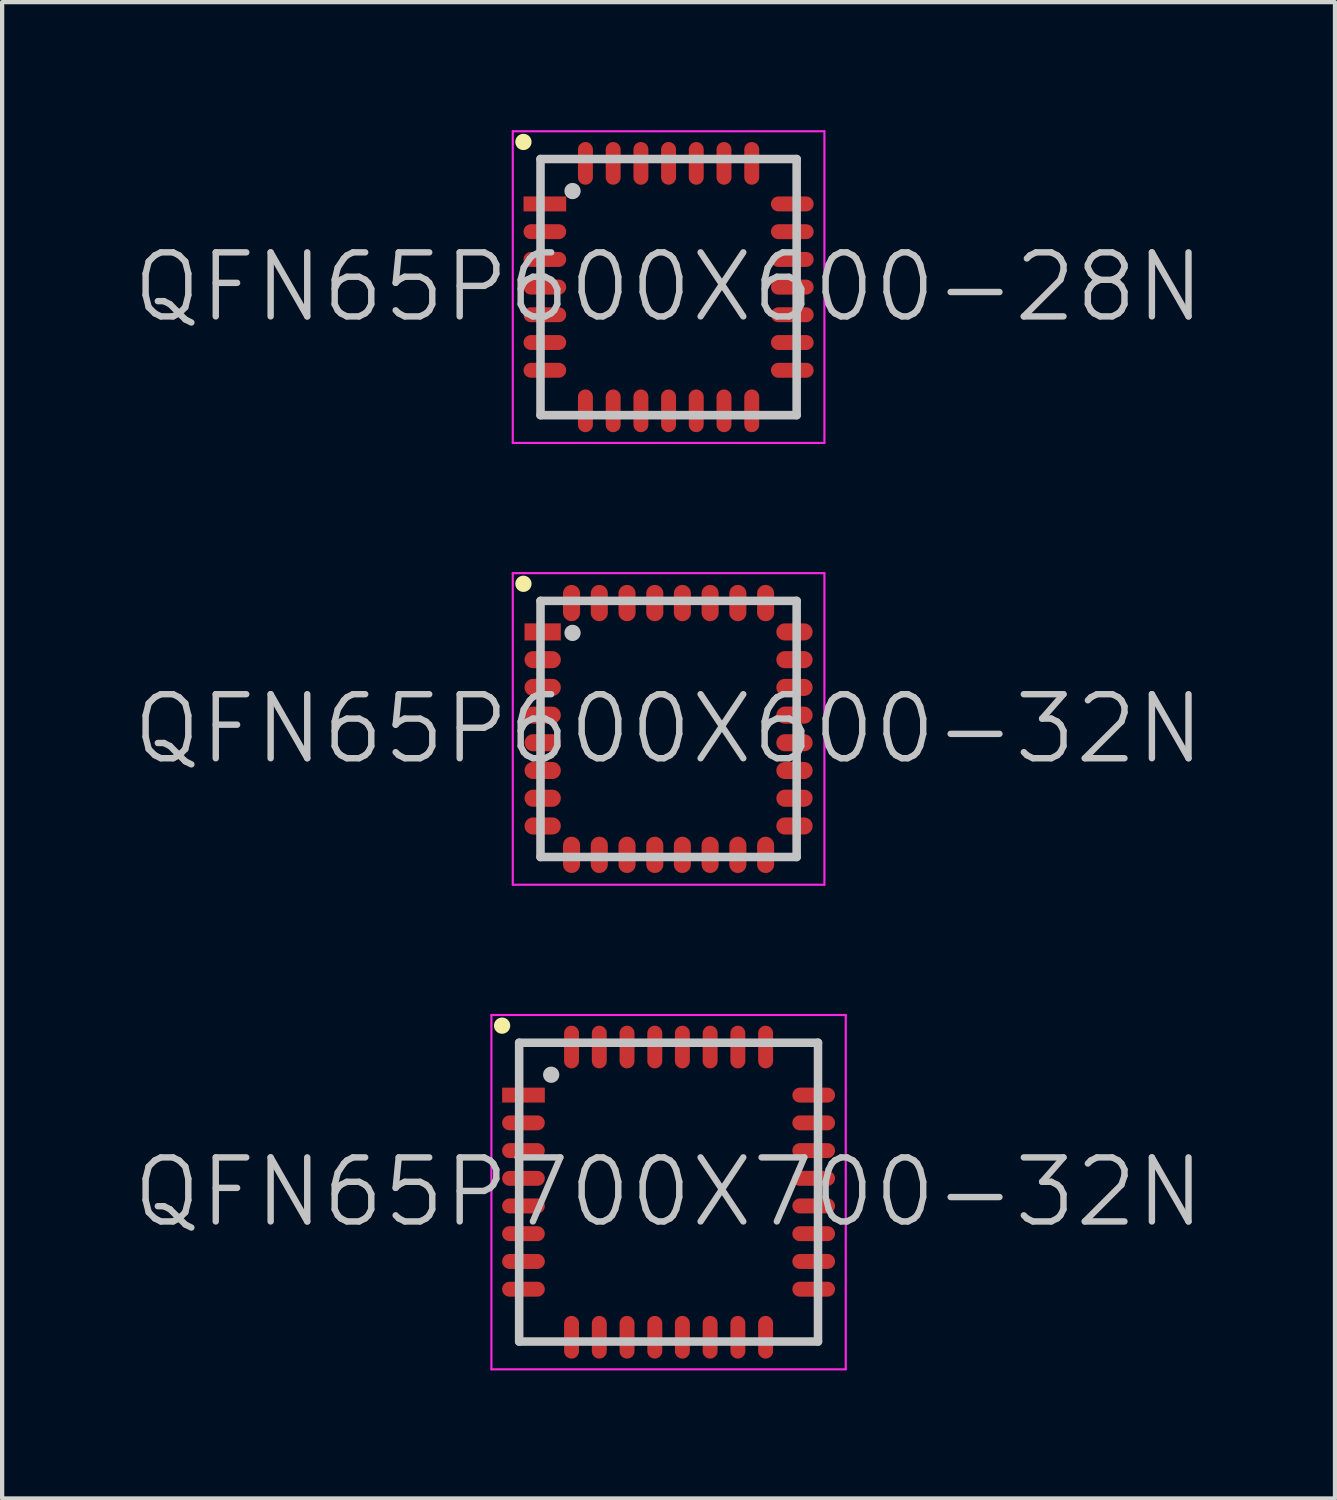
<source format=kicad_pcb>
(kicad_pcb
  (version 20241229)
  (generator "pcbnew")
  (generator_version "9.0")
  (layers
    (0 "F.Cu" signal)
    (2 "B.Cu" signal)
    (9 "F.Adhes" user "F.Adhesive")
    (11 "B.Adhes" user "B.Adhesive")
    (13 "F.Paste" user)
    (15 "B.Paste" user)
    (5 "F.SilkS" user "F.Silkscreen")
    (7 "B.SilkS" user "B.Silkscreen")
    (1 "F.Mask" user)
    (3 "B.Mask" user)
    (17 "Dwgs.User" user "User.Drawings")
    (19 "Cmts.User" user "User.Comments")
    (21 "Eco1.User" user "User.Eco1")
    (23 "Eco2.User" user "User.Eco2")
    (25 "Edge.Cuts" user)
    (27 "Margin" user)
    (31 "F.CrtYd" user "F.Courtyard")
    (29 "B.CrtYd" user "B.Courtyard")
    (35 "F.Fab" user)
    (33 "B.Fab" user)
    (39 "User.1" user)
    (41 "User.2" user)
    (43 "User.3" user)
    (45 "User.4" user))
  (footprint "QFN65P600X600-32N"
    (layer "F.Cu")
    (at 12.611 14.025)
    (property "Reference" "QFN65P600X600-32N" (at 0 0 0) (layer "Dwgs.User") (effects (font (size 1.5 1.5) (thickness 0.15))))
    (attr smd)
    (fp_line (start -3.4 -3.4) (end -3.4 -3.4) (stroke (width 0.381) (type solid)) (layer "F.SilkS"))
    (fp_line (start -3 -3) (end -3 3) (stroke (width 0.2) (type solid)) (layer "Dwgs.User"))
    (fp_line (start -3 -3) (end 3 -3) (stroke (width 0.2) (type solid)) (layer "Dwgs.User"))
    (fp_line (start -3 3) (end 3 3) (stroke (width 0.2) (type solid)) (layer "Dwgs.User"))
    (fp_line (start -2.25 -2.25) (end -2.25 -2.25) (stroke (width 0.381) (type solid)) (layer "Dwgs.User"))
    (fp_line (start 3 -3) (end 3 3) (stroke (width 0.2) (type solid)) (layer "Dwgs.User"))
    (fp_line (start -3.65 -3.65) (end -3.65 3.65) (stroke (width 0.05) (type solid)) (layer "F.CrtYd"))
    (fp_line (start -3.65 -3.65) (end 3.65 -3.65) (stroke (width 0.05) (type solid)) (layer "F.CrtYd"))
    (fp_line (start -3.65 3.65) (end 3.65 3.65) (stroke (width 0.05) (type solid)) (layer "F.CrtYd"))
    (fp_line (start 3.65 -3.65) (end 3.65 3.65) (stroke (width 0.05) (type solid)) (layer "F.CrtYd"))
    (pad "1" smd rect (at -2.949 -2.273 90) (size 0.4 0.85) (layers "F.Cu" "F.Mask" "F.Paste"))
    (pad "2" smd oval (at -2.949 -1.623 90) (size 0.4 0.85) (layers "F.Cu" "F.Mask" "F.Paste"))
    (pad "3" smd oval (at -2.949 -0.973 90) (size 0.4 0.85) (layers "F.Cu" "F.Mask" "F.Paste"))
    (pad "4" smd oval (at -2.949 -0.323 90) (size 0.4 0.85) (layers "F.Cu" "F.Mask" "F.Paste"))
    (pad "5" smd oval (at -2.949 0.323 90) (size 0.4 0.85) (layers "F.Cu" "F.Mask" "F.Paste"))
    (pad "6" smd oval (at -2.949 0.973 90) (size 0.4 0.85) (layers "F.Cu" "F.Mask" "F.Paste"))
    (pad "7" smd oval (at -2.949 1.623 90) (size 0.4 0.85) (layers "F.Cu" "F.Mask" "F.Paste"))
    (pad "8" smd oval (at -2.949 2.273 90) (size 0.4 0.85) (layers "F.Cu" "F.Mask" "F.Paste"))
    (pad "9" smd oval (at -2.273 2.949 180) (size 0.4 0.85) (layers "F.Cu" "F.Mask" "F.Paste"))
    (pad "10" smd oval (at -1.623 2.949 180) (size 0.4 0.85) (layers "F.Cu" "F.Mask" "F.Paste"))
    (pad "11" smd oval (at -0.973 2.949 180) (size 0.4 0.85) (layers "F.Cu" "F.Mask" "F.Paste"))
    (pad "12" smd oval (at -0.323 2.949 180) (size 0.4 0.85) (layers "F.Cu" "F.Mask" "F.Paste"))
    (pad "13" smd oval (at 0.323 2.949 180) (size 0.4 0.85) (layers "F.Cu" "F.Mask" "F.Paste"))
    (pad "14" smd oval (at 0.973 2.949 180) (size 0.4 0.85) (layers "F.Cu" "F.Mask" "F.Paste"))
    (pad "15" smd oval (at 1.623 2.949 180) (size 0.4 0.85) (layers "F.Cu" "F.Mask" "F.Paste"))
    (pad "16" smd oval (at 2.273 2.949 180) (size 0.4 0.85) (layers "F.Cu" "F.Mask" "F.Paste"))
    (pad "17" smd oval (at 2.949 2.273 270) (size 0.4 0.85) (layers "F.Cu" "F.Mask" "F.Paste"))
    (pad "18" smd oval (at 2.949 1.623 270) (size 0.4 0.85) (layers "F.Cu" "F.Mask" "F.Paste"))
    (pad "19" smd oval (at 2.949 0.973 270) (size 0.4 0.85) (layers "F.Cu" "F.Mask" "F.Paste"))
    (pad "20" smd oval (at 2.949 0.323 270) (size 0.4 0.85) (layers "F.Cu" "F.Mask" "F.Paste"))
    (pad "21" smd oval (at 2.949 -0.323 270) (size 0.4 0.85) (layers "F.Cu" "F.Mask" "F.Paste"))
    (pad "22" smd oval (at 2.949 -0.973 270) (size 0.4 0.85) (layers "F.Cu" "F.Mask" "F.Paste"))
    (pad "23" smd oval (at 2.949 -1.623 270) (size 0.4 0.85) (layers "F.Cu" "F.Mask" "F.Paste"))
    (pad "24" smd oval (at 2.949 -2.273 270) (size 0.4 0.85) (layers "F.Cu" "F.Mask" "F.Paste"))
    (pad "25" smd oval (at 2.273 -2.949) (size 0.4 0.85) (layers "F.Cu" "F.Mask" "F.Paste"))
    (pad "26" smd oval (at 1.623 -2.949) (size 0.4 0.85) (layers "F.Cu" "F.Mask" "F.Paste"))
    (pad "27" smd oval (at 0.973 -2.949) (size 0.4 0.85) (layers "F.Cu" "F.Mask" "F.Paste"))
    (pad "28" smd oval (at 0.323 -2.949) (size 0.4 0.85) (layers "F.Cu" "F.Mask" "F.Paste"))
    (pad "29" smd oval (at -0.323 -2.949) (size 0.4 0.85) (layers "F.Cu" "F.Mask" "F.Paste"))
    (pad "30" smd oval (at -0.973 -2.949) (size 0.4 0.85) (layers "F.Cu" "F.Mask" "F.Paste"))
    (pad "31" smd oval (at -1.623 -2.949) (size 0.4 0.85) (layers "F.Cu" "F.Mask" "F.Paste"))
    (pad "32" smd oval (at -2.273 -2.949) (size 0.4 0.85) (layers "F.Cu" "F.Mask" "F.Paste")))
  (footprint "QFN65P600X600-28N"
    (layer "F.Cu")
    (at 12.611 3.675)
    (property "Reference" "QFN65P600X600-28N" (at 0 0 0) (layer "Dwgs.User") (effects (font (size 1.5 1.5) (thickness 0.15))))
    (attr smd)
    (fp_line (start -3.4 -3.4) (end -3.4 -3.4) (stroke (width 0.381) (type solid)) (layer "F.SilkS"))
    (fp_line (start -3 -3) (end -3 3) (stroke (width 0.2) (type solid)) (layer "Dwgs.User"))
    (fp_line (start -3 -3) (end 3 -3) (stroke (width 0.2) (type solid)) (layer "Dwgs.User"))
    (fp_line (start -3 3) (end 3 3) (stroke (width 0.2) (type solid)) (layer "Dwgs.User"))
    (fp_line (start -2.25 -2.25) (end -2.25 -2.25) (stroke (width 0.381) (type solid)) (layer "Dwgs.User"))
    (fp_line (start 3 -3) (end 3 3) (stroke (width 0.2) (type solid)) (layer "Dwgs.User"))
    (fp_line (start -3.65 -3.65) (end -3.65 3.65) (stroke (width 0.05) (type solid)) (layer "F.CrtYd"))
    (fp_line (start -3.65 -3.65) (end 3.65 -3.65) (stroke (width 0.05) (type solid)) (layer "F.CrtYd"))
    (fp_line (start -3.65 3.65) (end 3.65 3.65) (stroke (width 0.05) (type solid)) (layer "F.CrtYd"))
    (fp_line (start 3.65 -3.65) (end 3.65 3.65) (stroke (width 0.05) (type solid)) (layer "F.CrtYd"))
    (pad "1" smd rect (at -2.898 -1.948 90) (size 0.35 1) (layers "F.Cu" "F.Mask" "F.Paste"))
    (pad "2" smd oval (at -2.898 -1.298 90) (size 0.35 1) (layers "F.Cu" "F.Mask" "F.Paste"))
    (pad "3" smd oval (at -2.898 -0.648 90) (size 0.35 1) (layers "F.Cu" "F.Mask" "F.Paste"))
    (pad "4" smd oval (at -2.898 0 90) (size 0.35 1) (layers "F.Cu" "F.Mask" "F.Paste"))
    (pad "5" smd oval (at -2.898 0.648 90) (size 0.35 1) (layers "F.Cu" "F.Mask" "F.Paste"))
    (pad "6" smd oval (at -2.898 1.298 90) (size 0.35 1) (layers "F.Cu" "F.Mask" "F.Paste"))
    (pad "7" smd oval (at -2.898 1.948 90) (size 0.35 1) (layers "F.Cu" "F.Mask" "F.Paste"))
    (pad "8" smd oval (at -1.948 2.898 180) (size 0.35 1) (layers "F.Cu" "F.Mask" "F.Paste"))
    (pad "9" smd oval (at -1.298 2.898 180) (size 0.35 1) (layers "F.Cu" "F.Mask" "F.Paste"))
    (pad "10" smd oval (at -0.648 2.898 180) (size 0.35 1) (layers "F.Cu" "F.Mask" "F.Paste"))
    (pad "11" smd oval (at 0 2.898 180) (size 0.35 1) (layers "F.Cu" "F.Mask" "F.Paste"))
    (pad "12" smd oval (at 0.648 2.898 180) (size 0.35 1) (layers "F.Cu" "F.Mask" "F.Paste"))
    (pad "13" smd oval (at 1.298 2.898 180) (size 0.35 1) (layers "F.Cu" "F.Mask" "F.Paste"))
    (pad "14" smd oval (at 1.948 2.898 180) (size 0.35 1) (layers "F.Cu" "F.Mask" "F.Paste"))
    (pad "15" smd oval (at 2.898 1.948 270) (size 0.35 1) (layers "F.Cu" "F.Mask" "F.Paste"))
    (pad "16" smd oval (at 2.898 1.298 270) (size 0.35 1) (layers "F.Cu" "F.Mask" "F.Paste"))
    (pad "17" smd oval (at 2.898 0.648 270) (size 0.35 1) (layers "F.Cu" "F.Mask" "F.Paste"))
    (pad "18" smd oval (at 2.898 0 270) (size 0.35 1) (layers "F.Cu" "F.Mask" "F.Paste"))
    (pad "19" smd oval (at 2.898 -0.648 270) (size 0.35 1) (layers "F.Cu" "F.Mask" "F.Paste"))
    (pad "20" smd oval (at 2.898 -1.298 270) (size 0.35 1) (layers "F.Cu" "F.Mask" "F.Paste"))
    (pad "21" smd oval (at 2.898 -1.948 270) (size 0.35 1) (layers "F.Cu" "F.Mask" "F.Paste"))
    (pad "22" smd oval (at 1.948 -2.898) (size 0.35 1) (layers "F.Cu" "F.Mask" "F.Paste"))
    (pad "23" smd oval (at 1.298 -2.898) (size 0.35 1) (layers "F.Cu" "F.Mask" "F.Paste"))
    (pad "24" smd oval (at 0.648 -2.898) (size 0.35 1) (layers "F.Cu" "F.Mask" "F.Paste"))
    (pad "25" smd oval (at 0 -2.898) (size 0.35 1) (layers "F.Cu" "F.Mask" "F.Paste"))
    (pad "26" smd oval (at -0.648 -2.898) (size 0.35 1) (layers "F.Cu" "F.Mask" "F.Paste"))
    (pad "27" smd oval (at -1.298 -2.898) (size 0.35 1) (layers "F.Cu" "F.Mask" "F.Paste"))
    (pad "28" smd oval (at -1.948 -2.898) (size 0.35 1) (layers "F.Cu" "F.Mask" "F.Paste")))
  (footprint "QFN65P700X700-32N"
    (layer "F.Cu")
    (at 12.611 24.875)
    (property "Reference" "QFN65P700X700-32N" (at 0 0 0) (layer "Dwgs.User") (effects (font (size 1.5 1.5) (thickness 0.15))))
    (attr smd)
    (fp_line (start -3.9 -3.9) (end -3.9 -3.9) (stroke (width 0.381) (type solid)) (layer "F.SilkS"))
    (fp_line (start -3.5 -3.5) (end -3.5 3.5) (stroke (width 0.2) (type solid)) (layer "Dwgs.User"))
    (fp_line (start -3.5 -3.5) (end 3.5 -3.5) (stroke (width 0.2) (type solid)) (layer "Dwgs.User"))
    (fp_line (start -3.5 3.5) (end 3.5 3.5) (stroke (width 0.2) (type solid)) (layer "Dwgs.User"))
    (fp_line (start -2.75 -2.75) (end -2.75 -2.75) (stroke (width 0.381) (type solid)) (layer "Dwgs.User"))
    (fp_line (start 3.5 -3.5) (end 3.5 3.5) (stroke (width 0.2) (type solid)) (layer "Dwgs.User"))
    (fp_line (start -4.15 -4.15) (end -4.15 4.15) (stroke (width 0.05) (type solid)) (layer "F.CrtYd"))
    (fp_line (start -4.15 -4.15) (end 4.15 -4.15) (stroke (width 0.05) (type solid)) (layer "F.CrtYd"))
    (fp_line (start -4.15 4.15) (end 4.15 4.15) (stroke (width 0.05) (type solid)) (layer "F.CrtYd"))
    (fp_line (start 4.15 -4.15) (end 4.15 4.15) (stroke (width 0.05) (type solid)) (layer "F.CrtYd"))
    (pad "1" smd rect (at -3.399 -2.273 90) (size 0.35 1) (layers "F.Cu" "F.Mask" "F.Paste"))
    (pad "2" smd oval (at -3.399 -1.623 90) (size 0.35 1) (layers "F.Cu" "F.Mask" "F.Paste"))
    (pad "3" smd oval (at -3.399 -0.973 90) (size 0.35 1) (layers "F.Cu" "F.Mask" "F.Paste"))
    (pad "4" smd oval (at -3.399 -0.323 90) (size 0.35 1) (layers "F.Cu" "F.Mask" "F.Paste"))
    (pad "5" smd oval (at -3.399 0.323 90) (size 0.35 1) (layers "F.Cu" "F.Mask" "F.Paste"))
    (pad "6" smd oval (at -3.399 0.973 90) (size 0.35 1) (layers "F.Cu" "F.Mask" "F.Paste"))
    (pad "7" smd oval (at -3.399 1.623 90) (size 0.35 1) (layers "F.Cu" "F.Mask" "F.Paste"))
    (pad "8" smd oval (at -3.399 2.273 90) (size 0.35 1) (layers "F.Cu" "F.Mask" "F.Paste"))
    (pad "9" smd oval (at -2.273 3.399 180) (size 0.35 1) (layers "F.Cu" "F.Mask" "F.Paste"))
    (pad "10" smd oval (at -1.623 3.399 180) (size 0.35 1) (layers "F.Cu" "F.Mask" "F.Paste"))
    (pad "11" smd oval (at -0.973 3.399 180) (size 0.35 1) (layers "F.Cu" "F.Mask" "F.Paste"))
    (pad "12" smd oval (at -0.323 3.399 180) (size 0.35 1) (layers "F.Cu" "F.Mask" "F.Paste"))
    (pad "13" smd oval (at 0.323 3.399 180) (size 0.35 1) (layers "F.Cu" "F.Mask" "F.Paste"))
    (pad "14" smd oval (at 0.973 3.399 180) (size 0.35 1) (layers "F.Cu" "F.Mask" "F.Paste"))
    (pad "15" smd oval (at 1.623 3.399 180) (size 0.35 1) (layers "F.Cu" "F.Mask" "F.Paste"))
    (pad "16" smd oval (at 2.273 3.399 180) (size 0.35 1) (layers "F.Cu" "F.Mask" "F.Paste"))
    (pad "17" smd oval (at 3.399 2.273 270) (size 0.35 1) (layers "F.Cu" "F.Mask" "F.Paste"))
    (pad "18" smd oval (at 3.399 1.623 270) (size 0.35 1) (layers "F.Cu" "F.Mask" "F.Paste"))
    (pad "19" smd oval (at 3.399 0.973 270) (size 0.35 1) (layers "F.Cu" "F.Mask" "F.Paste"))
    (pad "20" smd oval (at 3.399 0.323 270) (size 0.35 1) (layers "F.Cu" "F.Mask" "F.Paste"))
    (pad "21" smd oval (at 3.399 -0.323 270) (size 0.35 1) (layers "F.Cu" "F.Mask" "F.Paste"))
    (pad "22" smd oval (at 3.399 -0.973 270) (size 0.35 1) (layers "F.Cu" "F.Mask" "F.Paste"))
    (pad "23" smd oval (at 3.399 -1.623 270) (size 0.35 1) (layers "F.Cu" "F.Mask" "F.Paste"))
    (pad "24" smd oval (at 3.399 -2.273 270) (size 0.35 1) (layers "F.Cu" "F.Mask" "F.Paste"))
    (pad "25" smd oval (at 2.273 -3.399) (size 0.35 1) (layers "F.Cu" "F.Mask" "F.Paste"))
    (pad "26" smd oval (at 1.623 -3.399) (size 0.35 1) (layers "F.Cu" "F.Mask" "F.Paste"))
    (pad "27" smd oval (at 0.973 -3.399) (size 0.35 1) (layers "F.Cu" "F.Mask" "F.Paste"))
    (pad "28" smd oval (at 0.323 -3.399) (size 0.35 1) (layers "F.Cu" "F.Mask" "F.Paste"))
    (pad "29" smd oval (at -0.323 -3.399) (size 0.35 1) (layers "F.Cu" "F.Mask" "F.Paste"))
    (pad "30" smd oval (at -0.973 -3.399) (size 0.35 1) (layers "F.Cu" "F.Mask" "F.Paste"))
    (pad "31" smd oval (at -1.623 -3.399) (size 0.35 1) (layers "F.Cu" "F.Mask" "F.Paste"))
    (pad "32" smd oval (at -2.273 -3.399) (size 0.35 1) (layers "F.Cu" "F.Mask" "F.Paste")))
  (gr_rect
    (start -3 -3)
    (end 28.221 32.05)
    (stroke (width 0.1) (type default))
    (fill no)
    (layer "Edge.Cuts")))
</source>
